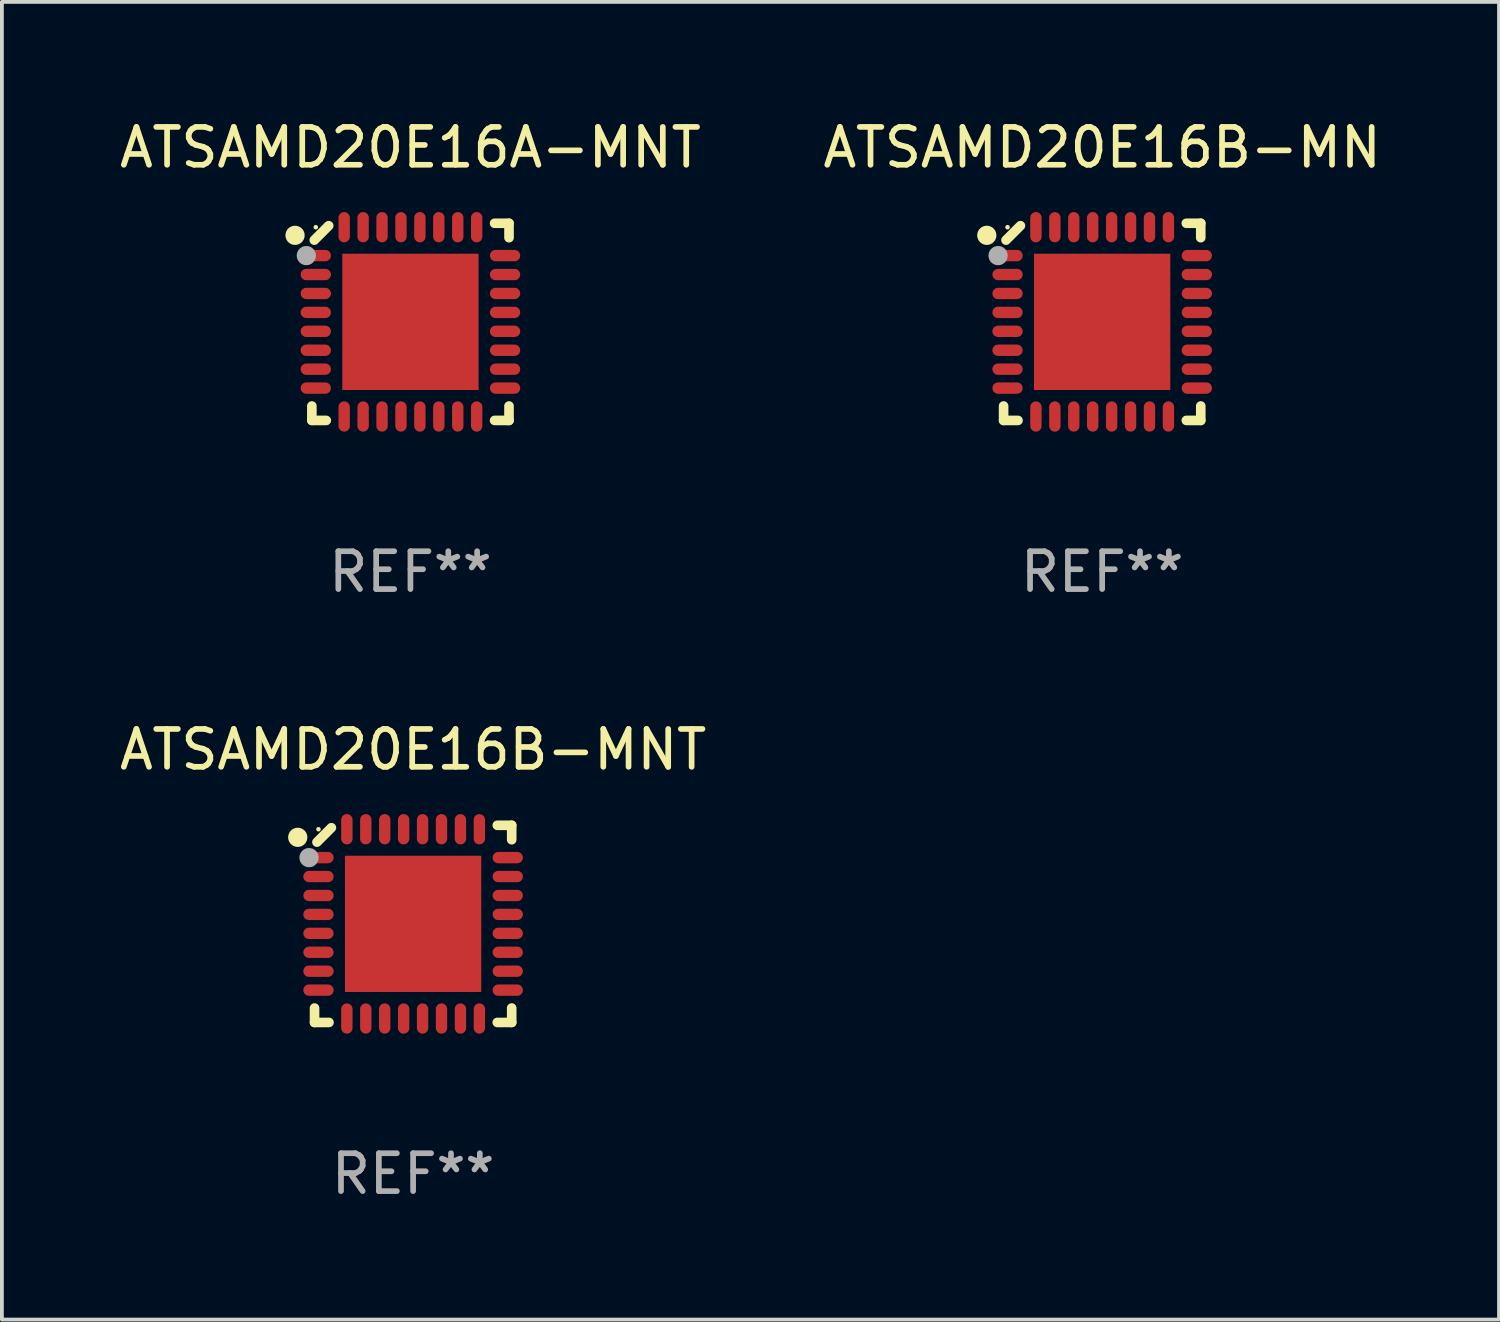
<source format=kicad_pcb>
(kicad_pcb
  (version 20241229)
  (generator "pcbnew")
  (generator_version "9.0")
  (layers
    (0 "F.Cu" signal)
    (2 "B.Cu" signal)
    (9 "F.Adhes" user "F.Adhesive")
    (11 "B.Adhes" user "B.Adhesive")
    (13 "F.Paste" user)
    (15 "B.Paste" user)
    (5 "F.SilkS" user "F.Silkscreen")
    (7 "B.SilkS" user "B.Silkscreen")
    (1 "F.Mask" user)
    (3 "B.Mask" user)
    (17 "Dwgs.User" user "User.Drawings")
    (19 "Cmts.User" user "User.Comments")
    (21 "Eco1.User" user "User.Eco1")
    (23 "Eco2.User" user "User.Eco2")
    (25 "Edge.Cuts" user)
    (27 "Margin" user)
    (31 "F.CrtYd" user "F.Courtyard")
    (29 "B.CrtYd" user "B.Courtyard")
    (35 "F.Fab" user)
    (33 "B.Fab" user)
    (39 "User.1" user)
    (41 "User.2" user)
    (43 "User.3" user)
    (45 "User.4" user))
  (footprint "ATSAMD20E16B-MN"
    (layer "F.Cu")
    (at 26.065 5.452)
    (property "Reference" "ATSAMD20E16B-MN" (at 0 -4.604 0) (layer "F.SilkS") (effects (font (size 1 1) (thickness 0.15))))
    (attr through_hole)
    (fp_line (start -2.604 2.223) (end -2.604 2.604) (stroke (width 0.254) (type solid)) (layer "F.SilkS"))
    (fp_line (start -2.604 2.604) (end -2.223 2.604) (stroke (width 0.254) (type solid)) (layer "F.SilkS"))
    (fp_line (start -2.159 -2.54) (end -2.54 -2.159) (stroke (width 0.254) (type solid)) (layer "F.SilkS"))
    (fp_line (start 2.223 2.604) (end 2.604 2.604) (stroke (width 0.254) (type solid)) (layer "F.SilkS"))
    (fp_line (start 2.604 -2.604) (end 2.223 -2.604) (stroke (width 0.254) (type solid)) (layer "F.SilkS"))
    (fp_line (start 2.604 -2.223) (end 2.604 -2.604) (stroke (width 0.254) (type solid)) (layer "F.SilkS"))
    (fp_line (start 2.604 2.604) (end 2.604 2.223) (stroke (width 0.254) (type solid)) (layer "F.SilkS"))
    (fp_circle (center -3.048 -2.286) (end -2.921 -2.286) (stroke (width 0.254) (type solid)) (fill no) (layer "F.SilkS"))
    (fp_circle (center -2.5 -2.5) (end -2.47 -2.5) (stroke (width 0.06) (type solid)) (fill no) (layer "F.SilkS"))
    (fp_circle (center -2.75 -1.75) (end -2.623 -1.75) (stroke (width 0.254) (type solid)) (fill no) (layer "F.Fab"))
    (fp_text user "REF**" (at 0 6.604 0) (layer "F.Fab") (effects (font (size 1 1) (thickness 0.15))))
    (pad "1" smd oval (at -2.5 -1.75) (size 0.8 0.3) (layers "F.Cu" "F.Mask" "F.Paste"))
    (pad "2" smd oval (at -2.5 -1.25) (size 0.8 0.3) (layers "F.Cu" "F.Mask" "F.Paste"))
    (pad "3" smd oval (at -2.5 -0.75) (size 0.8 0.3) (layers "F.Cu" "F.Mask" "F.Paste"))
    (pad "4" smd oval (at -2.5 -0.25) (size 0.8 0.3) (layers "F.Cu" "F.Mask" "F.Paste"))
    (pad "5" smd oval (at -2.5 0.25) (size 0.8 0.3) (layers "F.Cu" "F.Mask" "F.Paste"))
    (pad "6" smd oval (at -2.5 0.75) (size 0.8 0.3) (layers "F.Cu" "F.Mask" "F.Paste"))
    (pad "7" smd oval (at -2.5 1.25) (size 0.8 0.3) (layers "F.Cu" "F.Mask" "F.Paste"))
    (pad "8" smd oval (at -2.5 1.75) (size 0.8 0.3) (layers "F.Cu" "F.Mask" "F.Paste"))
    (pad "9" smd oval (at -1.75 2.5) (size 0.3 0.8) (layers "F.Cu" "F.Mask" "F.Paste"))
    (pad "10" smd oval (at -1.25 2.5) (size 0.3 0.8) (layers "F.Cu" "F.Mask" "F.Paste"))
    (pad "11" smd oval (at -0.75 2.5) (size 0.3 0.8) (layers "F.Cu" "F.Mask" "F.Paste"))
    (pad "12" smd oval (at -0.25 2.5) (size 0.3 0.8) (layers "F.Cu" "F.Mask" "F.Paste"))
    (pad "13" smd oval (at 0.25 2.5) (size 0.3 0.8) (layers "F.Cu" "F.Mask" "F.Paste"))
    (pad "14" smd oval (at 0.75 2.5) (size 0.3 0.8) (layers "F.Cu" "F.Mask" "F.Paste"))
    (pad "15" smd oval (at 1.25 2.5) (size 0.3 0.8) (layers "F.Cu" "F.Mask" "F.Paste"))
    (pad "16" smd oval (at 1.75 2.5) (size 0.3 0.8) (layers "F.Cu" "F.Mask" "F.Paste"))
    (pad "17" smd oval (at 2.5 1.75) (size 0.8 0.3) (layers "F.Cu" "F.Mask" "F.Paste"))
    (pad "18" smd oval (at 2.5 1.25) (size 0.8 0.3) (layers "F.Cu" "F.Mask" "F.Paste"))
    (pad "19" smd oval (at 2.5 0.75) (size 0.8 0.3) (layers "F.Cu" "F.Mask" "F.Paste"))
    (pad "20" smd oval (at 2.5 0.25) (size 0.8 0.3) (layers "F.Cu" "F.Mask" "F.Paste"))
    (pad "21" smd oval (at 2.5 -0.25) (size 0.8 0.3) (layers "F.Cu" "F.Mask" "F.Paste"))
    (pad "22" smd oval (at 2.5 -0.75) (size 0.8 0.3) (layers "F.Cu" "F.Mask" "F.Paste"))
    (pad "23" smd oval (at 2.5 -1.25) (size 0.8 0.3) (layers "F.Cu" "F.Mask" "F.Paste"))
    (pad "24" smd oval (at 2.5 -1.75) (size 0.8 0.3) (layers "F.Cu" "F.Mask" "F.Paste"))
    (pad "25" smd oval (at 1.75 -2.5) (size 0.3 0.8) (layers "F.Cu" "F.Mask" "F.Paste"))
    (pad "26" smd oval (at 1.25 -2.5) (size 0.3 0.8) (layers "F.Cu" "F.Mask" "F.Paste"))
    (pad "27" smd oval (at 0.75 -2.5) (size 0.3 0.8) (layers "F.Cu" "F.Mask" "F.Paste"))
    (pad "28" smd oval (at 0.25 -2.5) (size 0.3 0.8) (layers "F.Cu" "F.Mask" "F.Paste"))
    (pad "29" smd oval (at -0.25 -2.5) (size 0.3 0.8) (layers "F.Cu" "F.Mask" "F.Paste"))
    (pad "30" smd oval (at -0.75 -2.5) (size 0.3 0.8) (layers "F.Cu" "F.Mask" "F.Paste"))
    (pad "31" smd oval (at -1.25 -2.5) (size 0.3 0.8) (layers "F.Cu" "F.Mask" "F.Paste"))
    (pad "32" smd oval (at -1.75 -2.5) (size 0.3 0.8) (layers "F.Cu" "F.Mask" "F.Paste"))
    (pad "33" smd rect (at -0.000076 0) (size 3.6 3.6) (layers "F.Cu" "F.Mask" "F.Paste")))
  (footprint "ATSAMD20E16A-MNT"
    (layer "F.Cu")
    (at 7.792 5.452)
    (property "Reference" "ATSAMD20E16A-MNT" (at 0 -4.604 0) (layer "F.SilkS") (effects (font (size 1 1) (thickness 0.15))))
    (attr through_hole)
    (fp_line (start -2.604 2.223) (end -2.604 2.604) (stroke (width 0.254) (type solid)) (layer "F.SilkS"))
    (fp_line (start -2.604 2.604) (end -2.223 2.604) (stroke (width 0.254) (type solid)) (layer "F.SilkS"))
    (fp_line (start -2.159 -2.54) (end -2.54 -2.159) (stroke (width 0.254) (type solid)) (layer "F.SilkS"))
    (fp_line (start 2.223 2.604) (end 2.604 2.604) (stroke (width 0.254) (type solid)) (layer "F.SilkS"))
    (fp_line (start 2.604 -2.604) (end 2.223 -2.604) (stroke (width 0.254) (type solid)) (layer "F.SilkS"))
    (fp_line (start 2.604 -2.223) (end 2.604 -2.604) (stroke (width 0.254) (type solid)) (layer "F.SilkS"))
    (fp_line (start 2.604 2.604) (end 2.604 2.223) (stroke (width 0.254) (type solid)) (layer "F.SilkS"))
    (fp_circle (center -3.048 -2.286) (end -2.921 -2.286) (stroke (width 0.254) (type solid)) (fill no) (layer "F.SilkS"))
    (fp_circle (center -2.5 -2.5) (end -2.47 -2.5) (stroke (width 0.06) (type solid)) (fill no) (layer "F.SilkS"))
    (fp_circle (center -2.75 -1.75) (end -2.623 -1.75) (stroke (width 0.254) (type solid)) (fill no) (layer "F.Fab"))
    (fp_text user "REF**" (at 0 6.604 0) (layer "F.Fab") (effects (font (size 1 1) (thickness 0.15))))
    (pad "1" smd oval (at -2.5 -1.75) (size 0.8 0.3) (layers "F.Cu" "F.Mask" "F.Paste"))
    (pad "2" smd oval (at -2.5 -1.25) (size 0.8 0.3) (layers "F.Cu" "F.Mask" "F.Paste"))
    (pad "3" smd oval (at -2.5 -0.75) (size 0.8 0.3) (layers "F.Cu" "F.Mask" "F.Paste"))
    (pad "4" smd oval (at -2.5 -0.25) (size 0.8 0.3) (layers "F.Cu" "F.Mask" "F.Paste"))
    (pad "5" smd oval (at -2.5 0.25) (size 0.8 0.3) (layers "F.Cu" "F.Mask" "F.Paste"))
    (pad "6" smd oval (at -2.5 0.75) (size 0.8 0.3) (layers "F.Cu" "F.Mask" "F.Paste"))
    (pad "7" smd oval (at -2.5 1.25) (size 0.8 0.3) (layers "F.Cu" "F.Mask" "F.Paste"))
    (pad "8" smd oval (at -2.5 1.75) (size 0.8 0.3) (layers "F.Cu" "F.Mask" "F.Paste"))
    (pad "9" smd oval (at -1.75 2.5) (size 0.3 0.8) (layers "F.Cu" "F.Mask" "F.Paste"))
    (pad "10" smd oval (at -1.25 2.5) (size 0.3 0.8) (layers "F.Cu" "F.Mask" "F.Paste"))
    (pad "11" smd oval (at -0.75 2.5) (size 0.3 0.8) (layers "F.Cu" "F.Mask" "F.Paste"))
    (pad "12" smd oval (at -0.25 2.5) (size 0.3 0.8) (layers "F.Cu" "F.Mask" "F.Paste"))
    (pad "13" smd oval (at 0.25 2.5) (size 0.3 0.8) (layers "F.Cu" "F.Mask" "F.Paste"))
    (pad "14" smd oval (at 0.75 2.5) (size 0.3 0.8) (layers "F.Cu" "F.Mask" "F.Paste"))
    (pad "15" smd oval (at 1.25 2.5) (size 0.3 0.8) (layers "F.Cu" "F.Mask" "F.Paste"))
    (pad "16" smd oval (at 1.75 2.5) (size 0.3 0.8) (layers "F.Cu" "F.Mask" "F.Paste"))
    (pad "17" smd oval (at 2.5 1.75) (size 0.8 0.3) (layers "F.Cu" "F.Mask" "F.Paste"))
    (pad "18" smd oval (at 2.5 1.25) (size 0.8 0.3) (layers "F.Cu" "F.Mask" "F.Paste"))
    (pad "19" smd oval (at 2.5 0.75) (size 0.8 0.3) (layers "F.Cu" "F.Mask" "F.Paste"))
    (pad "20" smd oval (at 2.5 0.25) (size 0.8 0.3) (layers "F.Cu" "F.Mask" "F.Paste"))
    (pad "21" smd oval (at 2.5 -0.25) (size 0.8 0.3) (layers "F.Cu" "F.Mask" "F.Paste"))
    (pad "22" smd oval (at 2.5 -0.75) (size 0.8 0.3) (layers "F.Cu" "F.Mask" "F.Paste"))
    (pad "23" smd oval (at 2.5 -1.25) (size 0.8 0.3) (layers "F.Cu" "F.Mask" "F.Paste"))
    (pad "24" smd oval (at 2.5 -1.75) (size 0.8 0.3) (layers "F.Cu" "F.Mask" "F.Paste"))
    (pad "25" smd oval (at 1.75 -2.5) (size 0.3 0.8) (layers "F.Cu" "F.Mask" "F.Paste"))
    (pad "26" smd oval (at 1.25 -2.5) (size 0.3 0.8) (layers "F.Cu" "F.Mask" "F.Paste"))
    (pad "27" smd oval (at 0.75 -2.5) (size 0.3 0.8) (layers "F.Cu" "F.Mask" "F.Paste"))
    (pad "28" smd oval (at 0.25 -2.5) (size 0.3 0.8) (layers "F.Cu" "F.Mask" "F.Paste"))
    (pad "29" smd oval (at -0.25 -2.5) (size 0.3 0.8) (layers "F.Cu" "F.Mask" "F.Paste"))
    (pad "30" smd oval (at -0.75 -2.5) (size 0.3 0.8) (layers "F.Cu" "F.Mask" "F.Paste"))
    (pad "31" smd oval (at -1.25 -2.5) (size 0.3 0.8) (layers "F.Cu" "F.Mask" "F.Paste"))
    (pad "32" smd oval (at -1.75 -2.5) (size 0.3 0.8) (layers "F.Cu" "F.Mask" "F.Paste"))
    (pad "33" smd rect (at -0.000076 0) (size 3.6 3.6) (layers "F.Cu" "F.Mask" "F.Paste")))
  (footprint "ATSAMD20E16B-MNT"
    (layer "F.Cu")
    (at 7.863 21.355)
    (property "Reference" "ATSAMD20E16B-MNT" (at 0 -4.604 0) (layer "F.SilkS") (effects (font (size 1 1) (thickness 0.15))))
    (attr through_hole)
    (fp_line (start -2.604 2.223) (end -2.604 2.604) (stroke (width 0.254) (type solid)) (layer "F.SilkS"))
    (fp_line (start -2.604 2.604) (end -2.223 2.604) (stroke (width 0.254) (type solid)) (layer "F.SilkS"))
    (fp_line (start -2.159 -2.54) (end -2.54 -2.159) (stroke (width 0.254) (type solid)) (layer "F.SilkS"))
    (fp_line (start 2.223 2.604) (end 2.604 2.604) (stroke (width 0.254) (type solid)) (layer "F.SilkS"))
    (fp_line (start 2.604 -2.604) (end 2.223 -2.604) (stroke (width 0.254) (type solid)) (layer "F.SilkS"))
    (fp_line (start 2.604 -2.223) (end 2.604 -2.604) (stroke (width 0.254) (type solid)) (layer "F.SilkS"))
    (fp_line (start 2.604 2.604) (end 2.604 2.223) (stroke (width 0.254) (type solid)) (layer "F.SilkS"))
    (fp_circle (center -3.048 -2.286) (end -2.921 -2.286) (stroke (width 0.254) (type solid)) (fill no) (layer "F.SilkS"))
    (fp_circle (center -2.5 -2.5) (end -2.47 -2.5) (stroke (width 0.06) (type solid)) (fill no) (layer "F.SilkS"))
    (fp_circle (center -2.75 -1.75) (end -2.623 -1.75) (stroke (width 0.254) (type solid)) (fill no) (layer "F.Fab"))
    (fp_text user "REF**" (at 0 6.604 0) (layer "F.Fab") (effects (font (size 1 1) (thickness 0.15))))
    (pad "1" smd oval (at -2.5 -1.75) (size 0.8 0.3) (layers "F.Cu" "F.Mask" "F.Paste"))
    (pad "2" smd oval (at -2.5 -1.25) (size 0.8 0.3) (layers "F.Cu" "F.Mask" "F.Paste"))
    (pad "3" smd oval (at -2.5 -0.75) (size 0.8 0.3) (layers "F.Cu" "F.Mask" "F.Paste"))
    (pad "4" smd oval (at -2.5 -0.25) (size 0.8 0.3) (layers "F.Cu" "F.Mask" "F.Paste"))
    (pad "5" smd oval (at -2.5 0.25) (size 0.8 0.3) (layers "F.Cu" "F.Mask" "F.Paste"))
    (pad "6" smd oval (at -2.5 0.75) (size 0.8 0.3) (layers "F.Cu" "F.Mask" "F.Paste"))
    (pad "7" smd oval (at -2.5 1.25) (size 0.8 0.3) (layers "F.Cu" "F.Mask" "F.Paste"))
    (pad "8" smd oval (at -2.5 1.75) (size 0.8 0.3) (layers "F.Cu" "F.Mask" "F.Paste"))
    (pad "9" smd oval (at -1.75 2.5) (size 0.3 0.8) (layers "F.Cu" "F.Mask" "F.Paste"))
    (pad "10" smd oval (at -1.25 2.5) (size 0.3 0.8) (layers "F.Cu" "F.Mask" "F.Paste"))
    (pad "11" smd oval (at -0.75 2.5) (size 0.3 0.8) (layers "F.Cu" "F.Mask" "F.Paste"))
    (pad "12" smd oval (at -0.25 2.5) (size 0.3 0.8) (layers "F.Cu" "F.Mask" "F.Paste"))
    (pad "13" smd oval (at 0.25 2.5) (size 0.3 0.8) (layers "F.Cu" "F.Mask" "F.Paste"))
    (pad "14" smd oval (at 0.75 2.5) (size 0.3 0.8) (layers "F.Cu" "F.Mask" "F.Paste"))
    (pad "15" smd oval (at 1.25 2.5) (size 0.3 0.8) (layers "F.Cu" "F.Mask" "F.Paste"))
    (pad "16" smd oval (at 1.75 2.5) (size 0.3 0.8) (layers "F.Cu" "F.Mask" "F.Paste"))
    (pad "17" smd oval (at 2.5 1.75) (size 0.8 0.3) (layers "F.Cu" "F.Mask" "F.Paste"))
    (pad "18" smd oval (at 2.5 1.25) (size 0.8 0.3) (layers "F.Cu" "F.Mask" "F.Paste"))
    (pad "19" smd oval (at 2.5 0.75) (size 0.8 0.3) (layers "F.Cu" "F.Mask" "F.Paste"))
    (pad "20" smd oval (at 2.5 0.25) (size 0.8 0.3) (layers "F.Cu" "F.Mask" "F.Paste"))
    (pad "21" smd oval (at 2.5 -0.25) (size 0.8 0.3) (layers "F.Cu" "F.Mask" "F.Paste"))
    (pad "22" smd oval (at 2.5 -0.75) (size 0.8 0.3) (layers "F.Cu" "F.Mask" "F.Paste"))
    (pad "23" smd oval (at 2.5 -1.25) (size 0.8 0.3) (layers "F.Cu" "F.Mask" "F.Paste"))
    (pad "24" smd oval (at 2.5 -1.75) (size 0.8 0.3) (layers "F.Cu" "F.Mask" "F.Paste"))
    (pad "25" smd oval (at 1.75 -2.5) (size 0.3 0.8) (layers "F.Cu" "F.Mask" "F.Paste"))
    (pad "26" smd oval (at 1.25 -2.5) (size 0.3 0.8) (layers "F.Cu" "F.Mask" "F.Paste"))
    (pad "27" smd oval (at 0.75 -2.5) (size 0.3 0.8) (layers "F.Cu" "F.Mask" "F.Paste"))
    (pad "28" smd oval (at 0.25 -2.5) (size 0.3 0.8) (layers "F.Cu" "F.Mask" "F.Paste"))
    (pad "29" smd oval (at -0.25 -2.5) (size 0.3 0.8) (layers "F.Cu" "F.Mask" "F.Paste"))
    (pad "30" smd oval (at -0.75 -2.5) (size 0.3 0.8) (layers "F.Cu" "F.Mask" "F.Paste"))
    (pad "31" smd oval (at -1.25 -2.5) (size 0.3 0.8) (layers "F.Cu" "F.Mask" "F.Paste"))
    (pad "32" smd oval (at -1.75 -2.5) (size 0.3 0.8) (layers "F.Cu" "F.Mask" "F.Paste"))
    (pad "33" smd rect (at -0.000076 0) (size 3.6 3.6) (layers "F.Cu" "F.Mask" "F.Paste")))
  (gr_rect
    (start -3 -3)
    (end 36.548 31.807)
    (stroke (width 0.1) (type default))
    (fill no)
    (layer "Edge.Cuts")))
</source>
